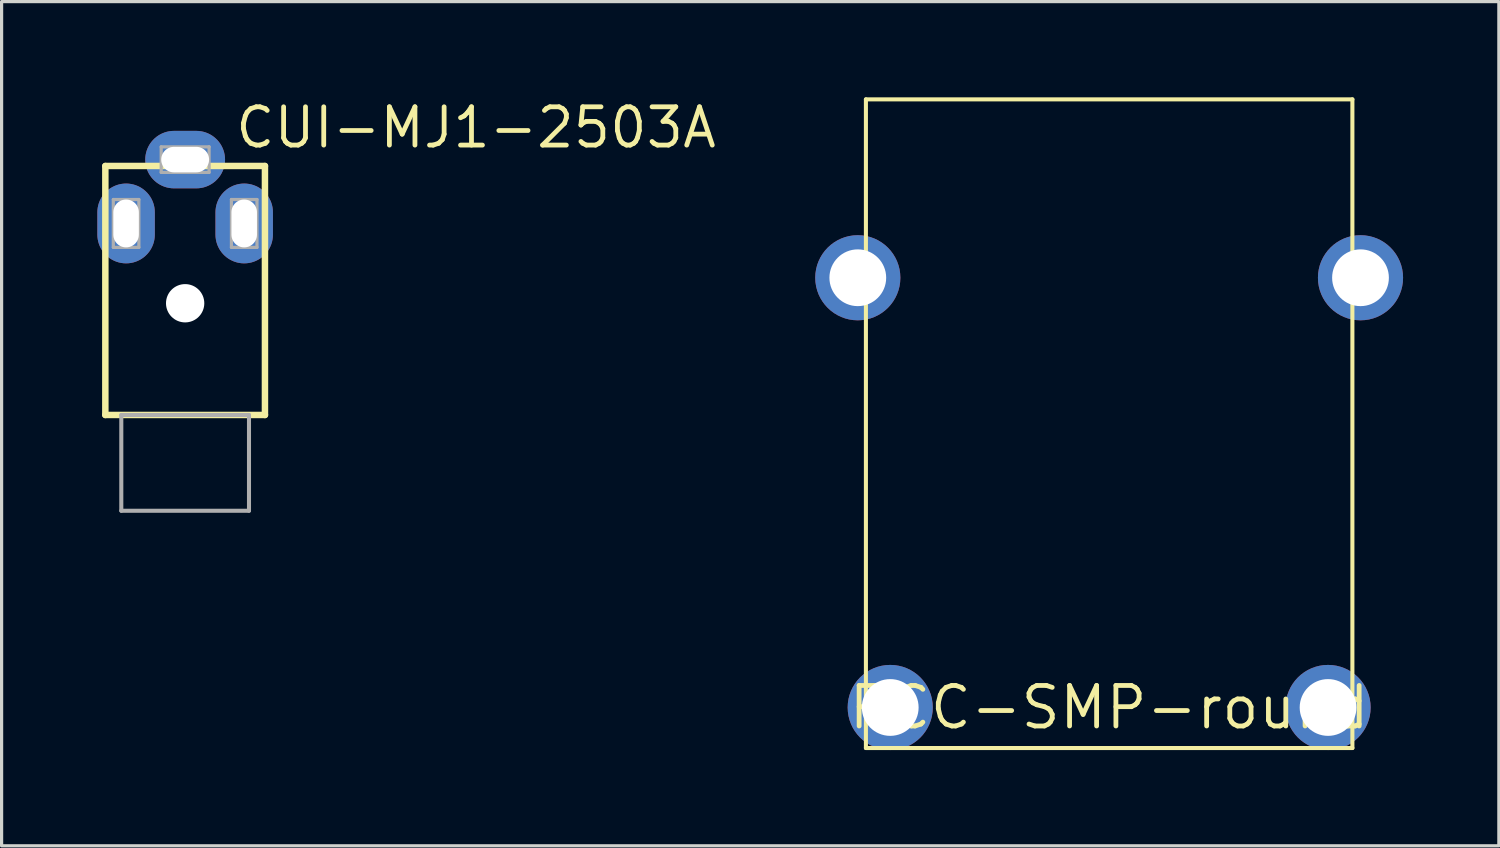
<source format=kicad_pcb>
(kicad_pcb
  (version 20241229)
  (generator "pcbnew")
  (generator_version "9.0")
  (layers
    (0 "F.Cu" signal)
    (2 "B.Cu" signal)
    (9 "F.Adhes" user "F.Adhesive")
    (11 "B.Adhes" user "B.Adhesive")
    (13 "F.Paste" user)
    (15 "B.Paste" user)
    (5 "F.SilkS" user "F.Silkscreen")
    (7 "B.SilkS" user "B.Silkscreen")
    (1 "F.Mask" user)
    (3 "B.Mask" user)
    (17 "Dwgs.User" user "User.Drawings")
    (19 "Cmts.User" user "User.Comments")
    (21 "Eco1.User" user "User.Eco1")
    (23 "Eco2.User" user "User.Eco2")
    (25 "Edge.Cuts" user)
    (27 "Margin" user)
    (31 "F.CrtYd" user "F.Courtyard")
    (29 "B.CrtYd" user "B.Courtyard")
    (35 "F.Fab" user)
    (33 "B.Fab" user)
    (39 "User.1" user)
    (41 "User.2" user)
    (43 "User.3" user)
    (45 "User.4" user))
  (footprint "CUI-MJ1-2503A"
    (layer "F.Cu")
    (at 2.75 6.45)
    (property "Reference" "CUI-MJ1-2503A" (at 1.5 -4.8 0) (layer "F.SilkS") (effects (font (size 1.2 1.2) (thickness 0.15)) (justify left bottom)))
    (attr through_hole)
    (fp_line (start -2.5 -4.3) (end -2.5 3.5) (stroke (width 0.203) (type solid)) (layer "F.SilkS"))
    (fp_line (start -2.5 -4.3) (end 2.5 -4.3) (stroke (width 0.203) (type solid)) (layer "F.SilkS"))
    (fp_line (start -2.5 3.5) (end 2.5 3.5) (stroke (width 0.203) (type solid)) (layer "F.SilkS"))
    (fp_line (start 2.5 3.5) (end 2.5 -4.3) (stroke (width 0.203) (type solid)) (layer "F.SilkS"))
    (fp_line (start -2.25 -3.25) (end -1.45 -3.25) (stroke (width 0.1) (type solid)) (layer "F.Fab"))
    (fp_line (start -2.25 -1.75) (end -2.25 -3.25) (stroke (width 0.1) (type solid)) (layer "F.Fab"))
    (fp_line (start -2.25 -1.75) (end -1.45 -1.75) (stroke (width 0.1) (type solid)) (layer "F.Fab"))
    (fp_line (start -2 6.5) (end -2 3.5) (stroke (width 0.127) (type solid)) (layer "F.Fab"))
    (fp_line (start -2 6.5) (end 2 6.5) (stroke (width 0.127) (type solid)) (layer "F.Fab"))
    (fp_line (start -1.45 -1.75) (end -1.45 -3.25) (stroke (width 0.1) (type solid)) (layer "F.Fab"))
    (fp_line (start -0.75 -4.9) (end -0.75 -4.1) (stroke (width 0.1) (type solid)) (layer "F.Fab"))
    (fp_line (start -0.75 -4.9) (end 0.75 -4.9) (stroke (width 0.1) (type solid)) (layer "F.Fab"))
    (fp_line (start -0.75 -4.1) (end 0.75 -4.1) (stroke (width 0.1) (type solid)) (layer "F.Fab"))
    (fp_line (start 0.75 -4.9) (end 0.75 -4.1) (stroke (width 0.1) (type solid)) (layer "F.Fab"))
    (fp_line (start 1.45 -3.25) (end 2.25 -3.25) (stroke (width 0.1) (type solid)) (layer "F.Fab"))
    (fp_line (start 1.45 -1.75) (end 1.45 -3.25) (stroke (width 0.1) (type solid)) (layer "F.Fab"))
    (fp_line (start 1.45 -1.75) (end 2.25 -1.75) (stroke (width 0.1) (type solid)) (layer "F.Fab"))
    (fp_line (start 2 3.5) (end -2 3.5) (stroke (width 0.127) (type solid)) (layer "F.Fab"))
    (fp_line (start 2 6.5) (end 2 3.5) (stroke (width 0.127) (type solid)) (layer "F.Fab"))
    (fp_line (start 2.25 -1.75) (end 2.25 -3.25) (stroke (width 0.1) (type solid)) (layer "F.Fab"))
    (pad "" np_thru_hole circle (at 0 0) (size 1.2 1.2) (drill 1.2) (layers "*.Cu" "*.Mask"))
    (pad "1" thru_hole oval (at 0 -4.5) (size 2.5 1.8) (drill oval 1.5 0.8) (layers "*.Cu" "*.Mask"))
    (pad "2" thru_hole oval (at 1.85 -2.5 270) (size 2.5 1.8) (drill oval 1.5 0.8) (layers "*.Cu" "*.Mask"))
    (pad "3" thru_hole oval (at -1.85 -2.5 90) (size 2.5 1.8) (drill oval 1.5 0.8) (layers "*.Cu" "*.Mask")))
  (footprint "PCC-SMP-round"
    (layer "F.Cu")
    (at 31.696 19.113)
    (property "Reference" "PCC-SMP-round" (at 0 0 0) (layer "F.SilkS") (effects (font (size 1.27 1.27) (thickness 0.15))))
    (attr through_hole)
    (fp_line (start -7.62 -19.05) (end -7.62 1.27) (stroke (width 0.127) (type solid)) (layer "F.SilkS"))
    (fp_line (start -7.62 1.27) (end 7.62 1.27) (stroke (width 0.127) (type solid)) (layer "F.SilkS"))
    (fp_line (start 7.62 -19.05) (end -7.62 -19.05) (stroke (width 0.127) (type solid)) (layer "F.SilkS"))
    (fp_line (start 7.62 1.27) (end 7.62 -19.05) (stroke (width 0.127) (type solid)) (layer "F.SilkS"))
    (pad "P$3" thru_hole circle (at 7.874 -13.462) (size 2.667 2.667) (drill 1.778) (layers "*.Cu" "*.Mask"))
    (pad "P$4" thru_hole circle (at -7.874 -13.462) (size 2.667 2.667) (drill 1.778) (layers "*.Cu" "*.Mask"))
    (pad "TC+" thru_hole circle (at -6.858 0) (size 2.667 2.667) (drill 1.778) (layers "*.Cu" "*.Mask"))
    (pad "TC-" thru_hole circle (at 6.858 0) (size 2.667 2.667) (drill 1.778) (layers "*.Cu" "*.Mask")))
  (gr_rect
    (start -3 -3)
    (end 43.904 23.447)
    (stroke (width 0.1) (type default))
    (fill no)
    (layer "Edge.Cuts")))
</source>
